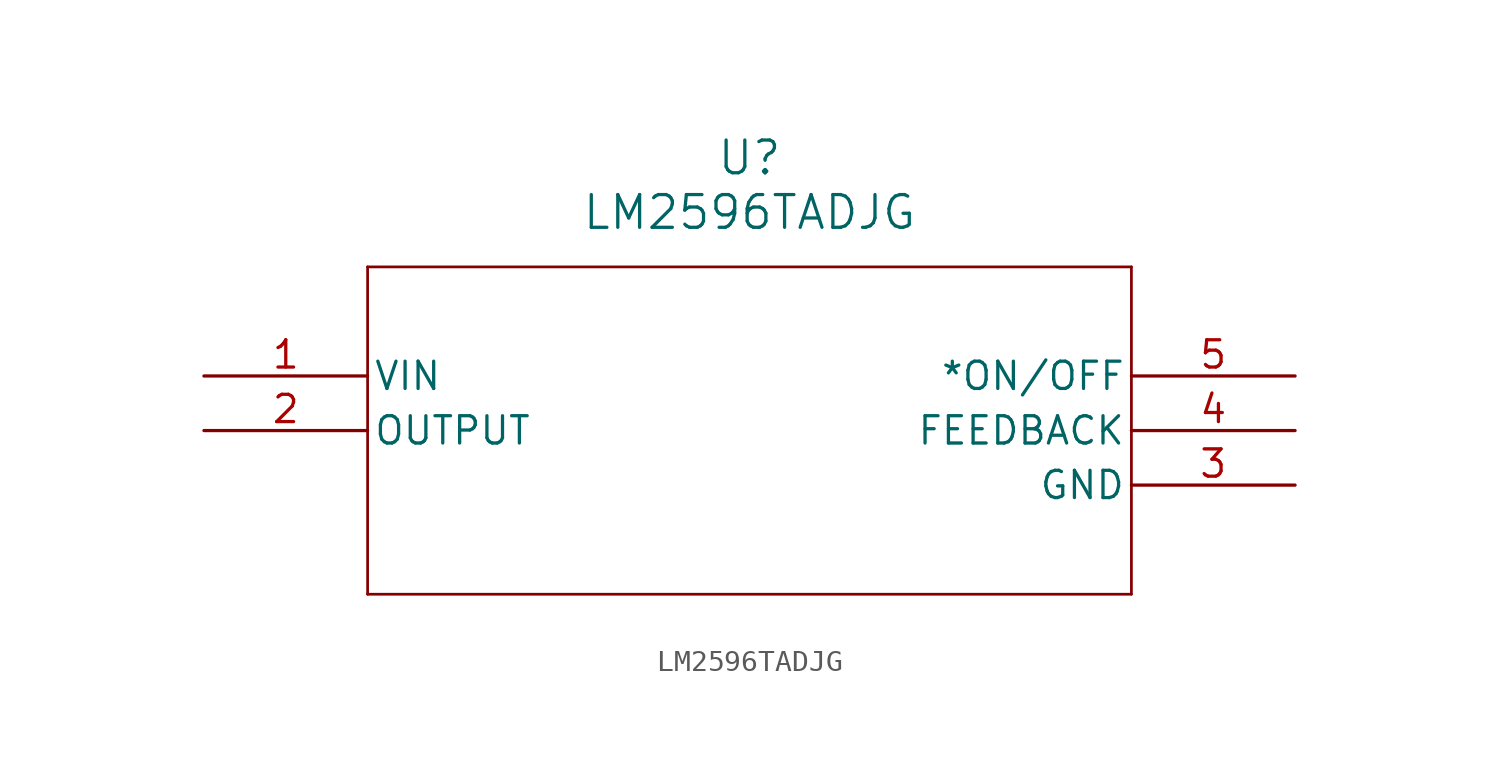
<source format=kicad_sym>
(kicad_symbol_lib
  (version 20211014)
  (generator kicad_symbol_editor)
  (symbol "LM2596TADJG"
    (pin_names
      (offset 0.254))
    (property "Reference" "U"
      (at 25.4 10.16 0)
      (effects (font (size 1.524 1.524))))
    (property "Value" "LM2596TADJG"
      (at 25.4 7.62 0)
      (effects (font (size 1.524 1.524))))
    (symbol "LM2596TADJG_0_1"
      (polyline (pts (xy 7.62 5.08) (xy 7.62 -10.16)) (stroke (width 0.127) (type default) (color 0 0 0 0)) (fill (type none)))
      (polyline (pts (xy 7.62 -10.16) (xy 43.18 -10.16)) (stroke (width 0.127) (type default) (color 0 0 0 0)) (fill (type none)))
      (polyline (pts (xy 43.18 -10.16) (xy 43.18 5.08)) (stroke (width 0.127) (type default) (color 0 0 0 0)) (fill (type none)))
      (polyline (pts (xy 43.18 5.08) (xy 7.62 5.08)) (stroke (width 0.127) (type default) (color 0 0 0 0)) (fill (type none)))
      (pin input line (at 0 0 0) (length 7.62) (name "VIN" (effects (font (size 1.27 1.27)))) (number "1" (effects (font (size 1.27 1.27)))))
      (pin output line (at 0 -2.54 0) (length 7.62) (name "OUTPUT" (effects (font (size 1.27 1.27)))) (number "2" (effects (font (size 1.27 1.27)))))
      (pin power_in line (at 50.8 -5.08 180) (length 7.62) (name "GND" (effects (font (size 1.27 1.27)))) (number "3" (effects (font (size 1.27 1.27)))))
      (pin bidirectional line (at 50.8 -2.54 180) (length 7.62) (name "FEEDBACK" (effects (font (size 1.27 1.27)))) (number "4" (effects (font (size 1.27 1.27)))))
      (pin input line (at 50.8 0 180) (length 7.62) (name "*ON/OFF" (effects (font (size 1.27 1.27)))) (number "5" (effects (font (size 1.27 1.27))))))))
</source>
